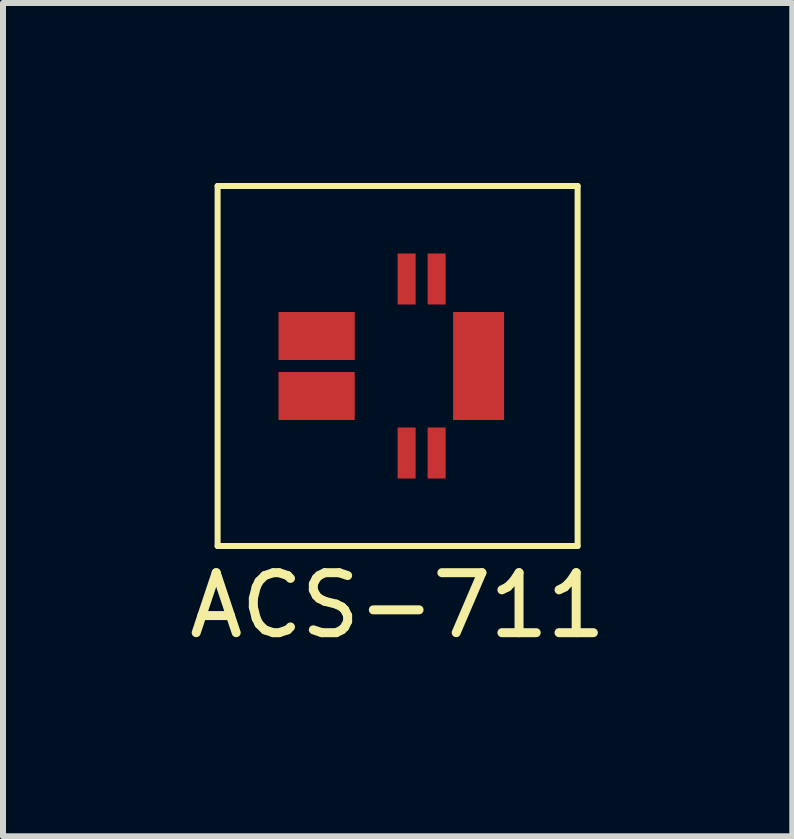
<source format=kicad_pcb>
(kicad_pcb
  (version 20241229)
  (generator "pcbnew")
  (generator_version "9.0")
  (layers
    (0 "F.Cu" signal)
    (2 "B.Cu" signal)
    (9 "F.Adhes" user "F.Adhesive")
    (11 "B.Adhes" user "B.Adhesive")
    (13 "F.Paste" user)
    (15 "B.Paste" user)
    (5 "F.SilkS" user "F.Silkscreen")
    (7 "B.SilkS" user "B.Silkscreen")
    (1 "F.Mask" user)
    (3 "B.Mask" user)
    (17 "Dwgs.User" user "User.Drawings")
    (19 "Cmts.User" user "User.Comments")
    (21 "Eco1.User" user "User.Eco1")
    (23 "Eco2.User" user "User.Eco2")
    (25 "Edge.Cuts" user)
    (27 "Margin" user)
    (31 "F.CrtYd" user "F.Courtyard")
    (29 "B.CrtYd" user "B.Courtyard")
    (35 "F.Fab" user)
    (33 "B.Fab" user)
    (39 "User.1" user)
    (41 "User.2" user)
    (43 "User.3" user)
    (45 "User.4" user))
  (footprint "ACS-711"
    (layer "F.Cu")
    (at 3.577 3.05)
    (property "Reference" "ACS-711" (at 0 3.99 0) (layer "F.SilkS") (effects (font (size 1 1) (thickness 0.15))))
    (attr through_hole)
    (fp_line (start -3 -3) (end 3 -3) (stroke (width 0.1) (type solid)) (layer "F.SilkS"))
    (fp_line (start -3 3) (end -3 -3) (stroke (width 0.1) (type solid)) (layer "F.SilkS"))
    (fp_line (start 3 -3) (end 3 3) (stroke (width 0.1) (type solid)) (layer "F.SilkS"))
    (fp_line (start 3 3) (end -3 3) (stroke (width 0.1) (type solid)) (layer "F.SilkS"))
    (pad "1" smd rect (at -1.35 -0.5) (size 1.27 0.8) (layers "F.Cu" "F.Mask" "F.Paste"))
    (pad "2" smd rect (at -1.35 0.5) (size 1.27 0.8) (layers "F.Cu" "F.Mask" "F.Paste"))
    (pad "3" smd rect (at 0.15 1.45) (size 0.3 0.85) (layers "F.Cu" "F.Mask" "F.Paste"))
    (pad "4" smd rect (at 0.65 1.45) (size 0.3 0.85) (layers "F.Cu" "F.Mask" "F.Paste"))
    (pad "5" smd rect (at 0.65 -1.45) (size 0.3 0.85) (layers "F.Cu" "F.Mask" "F.Paste"))
    (pad "6" smd rect (at 0.15 -1.45) (size 0.3 0.85) (layers "F.Cu" "F.Mask" "F.Paste"))
    (pad "nc1" smd rect (at 1.35 0) (size 0.85 1.8) (layers "F.Cu" "F.Mask" "F.Paste")))
  (gr_rect
    (start -3 -3)
    (end 10.155 10.888)
    (stroke (width 0.1) (type default))
    (fill no)
    (layer "Edge.Cuts")))
</source>
